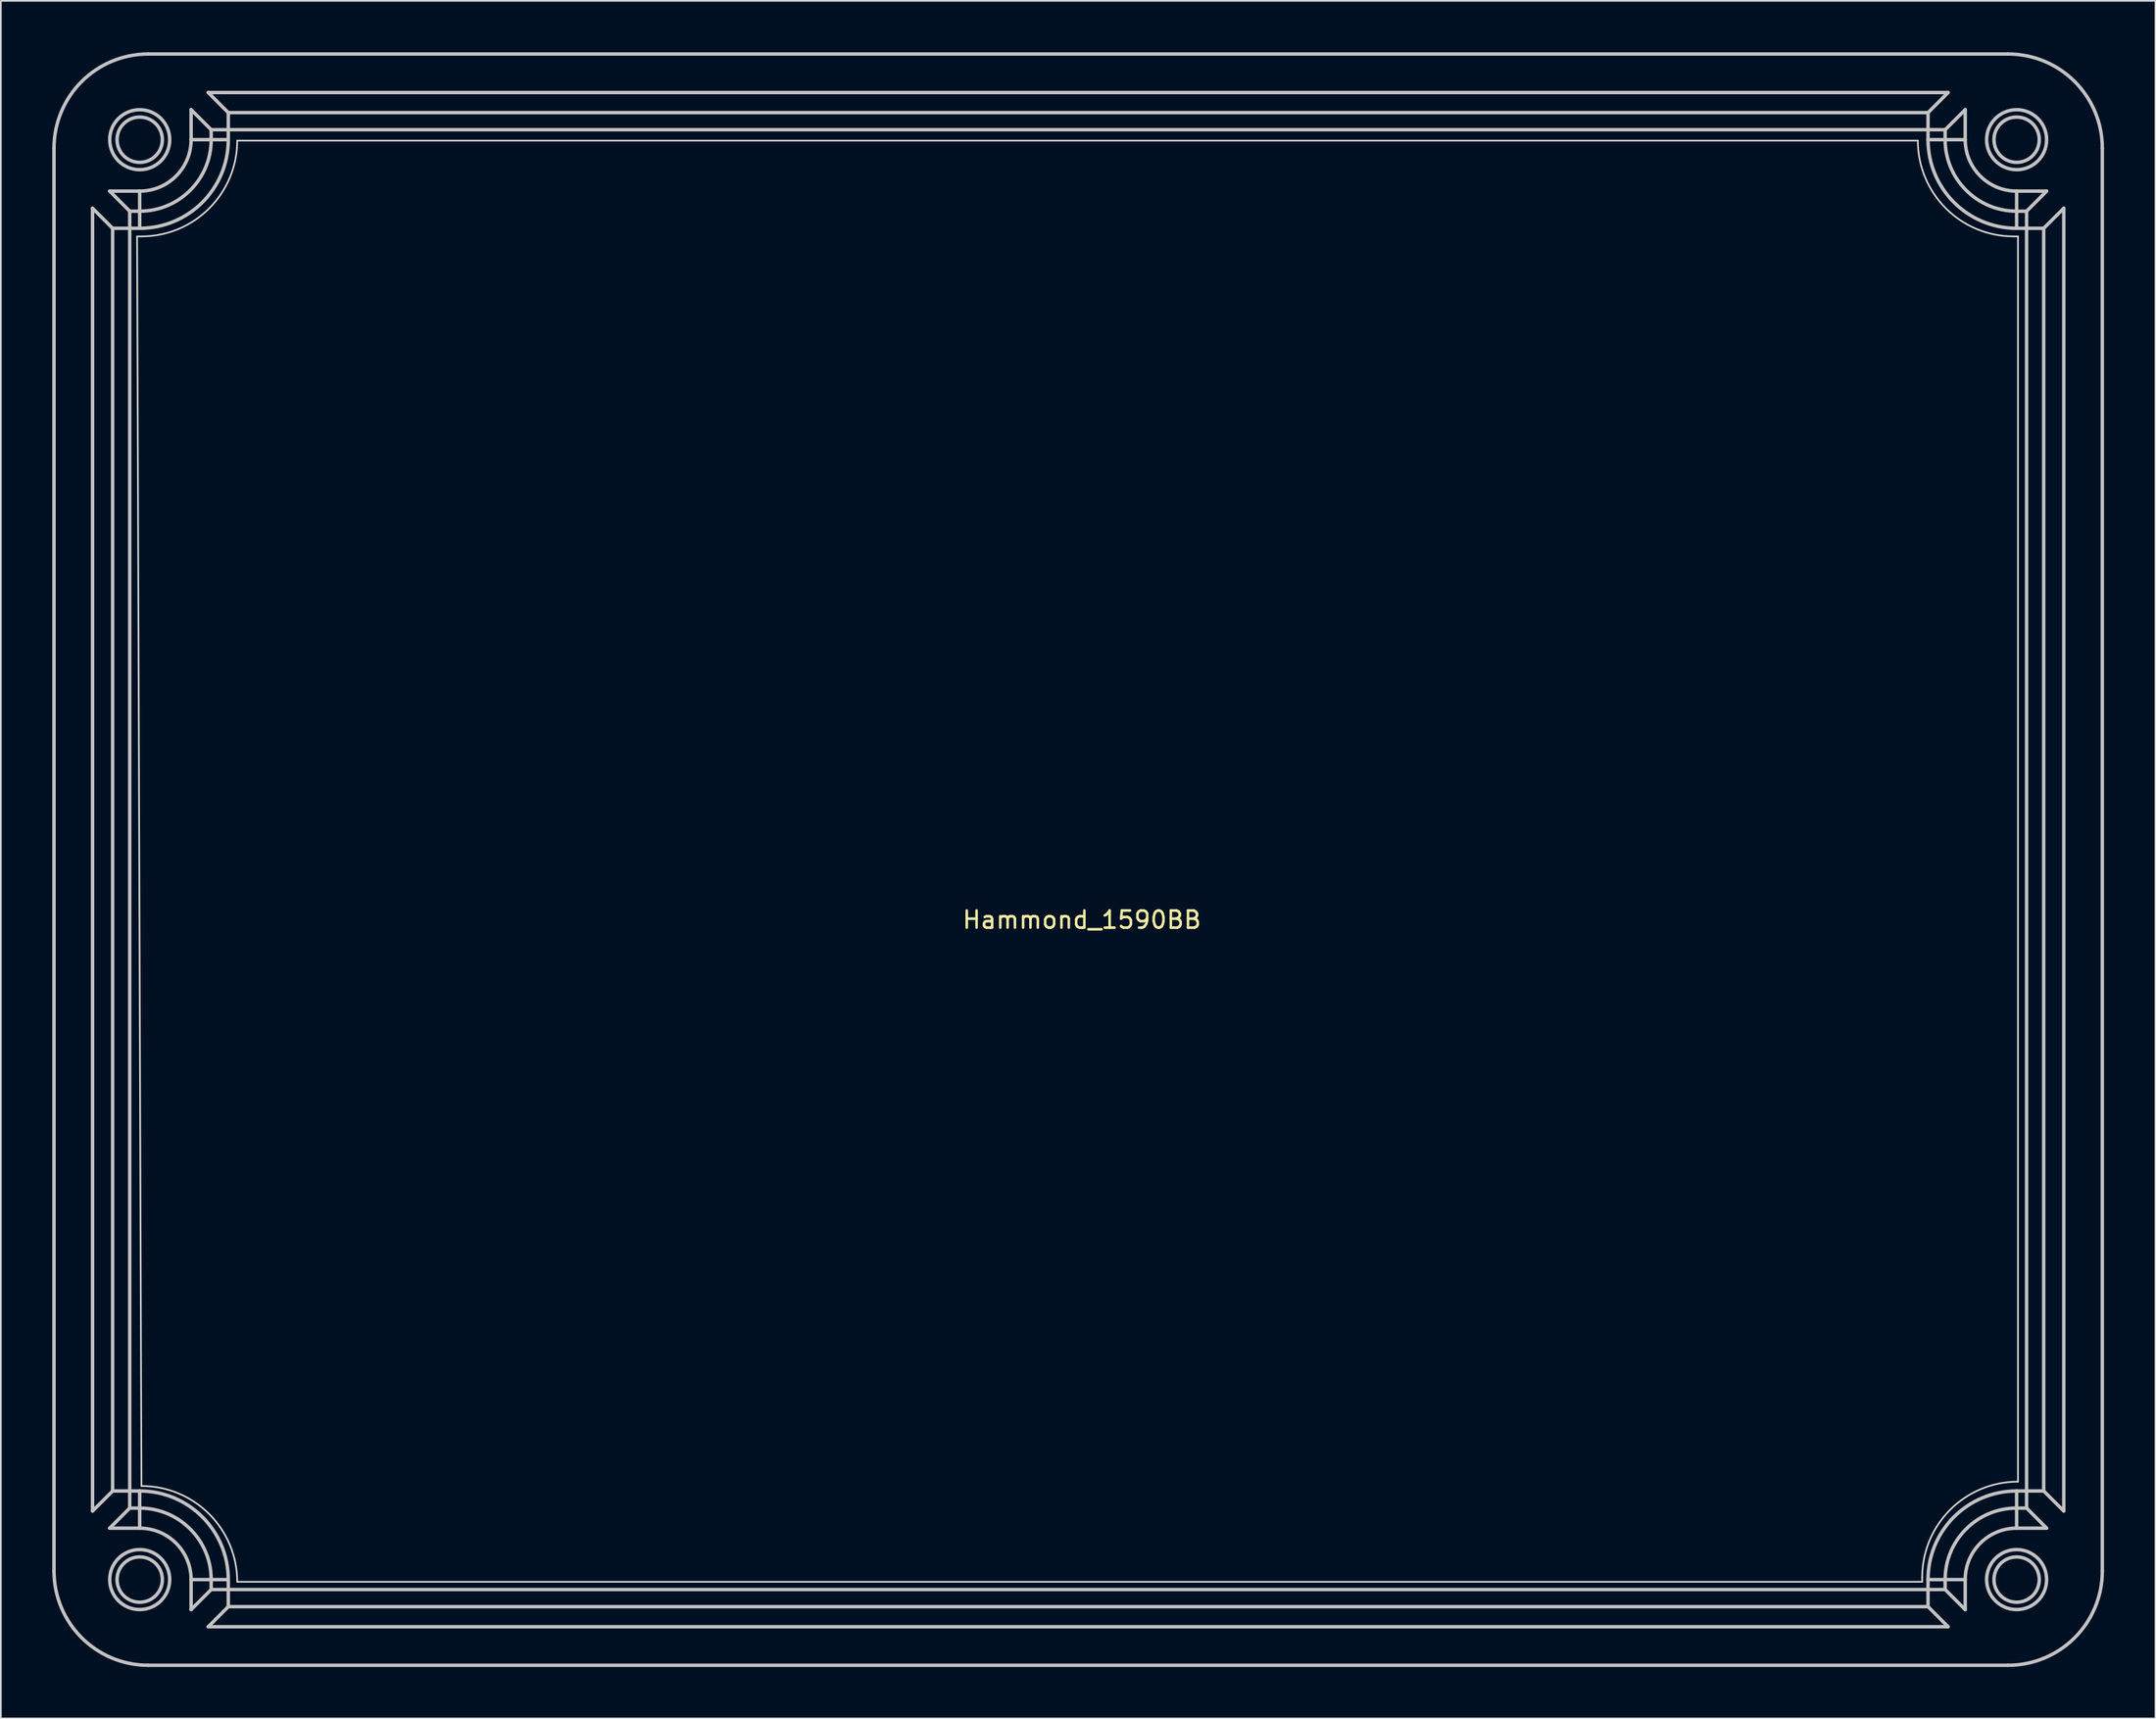
<source format=kicad_pcb>
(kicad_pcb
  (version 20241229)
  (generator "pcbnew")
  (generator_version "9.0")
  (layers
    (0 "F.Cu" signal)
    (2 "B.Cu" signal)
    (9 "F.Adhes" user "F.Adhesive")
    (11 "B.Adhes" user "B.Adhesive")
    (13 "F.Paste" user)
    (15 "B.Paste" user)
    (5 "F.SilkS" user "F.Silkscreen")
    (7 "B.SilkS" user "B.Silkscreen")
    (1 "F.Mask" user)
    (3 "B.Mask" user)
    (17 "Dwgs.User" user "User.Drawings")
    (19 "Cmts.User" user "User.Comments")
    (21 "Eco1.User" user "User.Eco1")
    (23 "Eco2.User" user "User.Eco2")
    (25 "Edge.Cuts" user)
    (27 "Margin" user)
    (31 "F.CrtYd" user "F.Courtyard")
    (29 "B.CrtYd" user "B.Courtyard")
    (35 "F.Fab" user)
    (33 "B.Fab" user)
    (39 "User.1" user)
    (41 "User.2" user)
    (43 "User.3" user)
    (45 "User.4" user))
  (footprint "Hammond_1590BB"
    (layer "F.Cu")
    (at 60.067 50.112)
    (property "Reference" "Hammond_1590BB" (at 0 0.5 0) (layer "F.SilkS") (effects (font (size 1 1) (thickness 0.15))))
    (attr through_hole)
    (fp_line (start -59.967 -44.512) (end -59.967 38.488) (stroke (width 0.2) (type solid)) (layer "Dwgs.User"))
    (fp_line (start -57.717 -41.013) (end -56.547 -39.843) (stroke (width 0.2) (type solid)) (layer "Dwgs.User"))
    (fp_line (start -57.717 34.989) (end -57.717 -41.013) (stroke (width 0.2) (type solid)) (layer "Dwgs.User"))
    (fp_line (start -56.718 -42.012) (end -54.967 -42.012) (stroke (width 0.2) (type solid)) (layer "Dwgs.User"))
    (fp_line (start -56.718 35.988) (end -55.548 34.818) (stroke (width 0.2) (type solid)) (layer "Dwgs.User"))
    (fp_line (start -56.547 -39.843) (end -56.547 33.819) (stroke (width 0.2) (type solid)) (layer "Dwgs.User"))
    (fp_line (start -56.547 -39.843) (end -55.548 -39.843) (stroke (width 0.2) (type solid)) (layer "Dwgs.User"))
    (fp_line (start -56.547 33.819) (end -57.717 34.989) (stroke (width 0.2) (type solid)) (layer "Dwgs.User"))
    (fp_line (start -55.548 -40.842) (end -56.718 -42.012) (stroke (width 0.2) (type solid)) (layer "Dwgs.User"))
    (fp_line (start -55.548 -39.843) (end -55.548 -40.842) (stroke (width 0.2) (type solid)) (layer "Dwgs.User"))
    (fp_line (start -55.548 -39.843) (end -54.967 -39.843) (stroke (width 0.2) (type solid)) (layer "Dwgs.User"))
    (fp_line (start -55.548 33.819) (end -56.547 33.819) (stroke (width 0.2) (type solid)) (layer "Dwgs.User"))
    (fp_line (start -55.548 33.819) (end -55.548 -39.843) (stroke (width 0.2) (type solid)) (layer "Dwgs.User"))
    (fp_line (start -55.548 34.818) (end -55.548 33.819) (stroke (width 0.2) (type solid)) (layer "Dwgs.User"))
    (fp_line (start -55.548 34.818) (end -54.967 34.818) (stroke (width 0.2) (type solid)) (layer "Dwgs.User"))
    (fp_line (start -54.967 -42.012) (end -54.967 -40.842) (stroke (width 0.2) (type solid)) (layer "Dwgs.User"))
    (fp_line (start -54.967 -40.842) (end -55.548 -40.842) (stroke (width 0.2) (type solid)) (layer "Dwgs.User"))
    (fp_line (start -54.967 -40.842) (end -54.967 -39.843) (stroke (width 0.2) (type solid)) (layer "Dwgs.User"))
    (fp_line (start -54.967 33.819) (end -55.548 33.819) (stroke (width 0.2) (type solid)) (layer "Dwgs.User"))
    (fp_line (start -54.967 34.818) (end -54.967 33.819) (stroke (width 0.2) (type solid)) (layer "Dwgs.User"))
    (fp_line (start -54.967 35.988) (end -56.718 35.988) (stroke (width 0.2) (type solid)) (layer "Dwgs.User"))
    (fp_line (start -54.967 35.988) (end -54.967 34.818) (stroke (width 0.2) (type solid)) (layer "Dwgs.User"))
    (fp_line (start -54.467 43.988) (end 54.033 43.988) (stroke (width 0.2) (type solid)) (layer "Dwgs.User"))
    (fp_line (start -51.967 -46.763) (end -50.797 -45.593) (stroke (width 0.2) (type solid)) (layer "Dwgs.User"))
    (fp_line (start -51.967 -45.012) (end -51.967 -46.763) (stroke (width 0.2) (type solid)) (layer "Dwgs.User"))
    (fp_line (start -51.967 -45.012) (end -50.797 -45.012) (stroke (width 0.2) (type solid)) (layer "Dwgs.User"))
    (fp_line (start -51.967 38.988) (end -50.797 38.988) (stroke (width 0.2) (type solid)) (layer "Dwgs.User"))
    (fp_line (start -51.967 40.739) (end -51.967 38.988) (stroke (width 0.2) (type solid)) (layer "Dwgs.User"))
    (fp_line (start -50.968 -47.762) (end 50.534 -47.762) (stroke (width 0.2) (type solid)) (layer "Dwgs.User"))
    (fp_line (start -50.968 41.738) (end -49.798 40.568) (stroke (width 0.2) (type solid)) (layer "Dwgs.User"))
    (fp_line (start -50.797 -45.593) (end -50.797 -45.012) (stroke (width 0.2) (type solid)) (layer "Dwgs.User"))
    (fp_line (start -50.797 -45.593) (end -49.798 -45.593) (stroke (width 0.2) (type solid)) (layer "Dwgs.User"))
    (fp_line (start -50.797 -45.012) (end -49.798 -45.012) (stroke (width 0.2) (type solid)) (layer "Dwgs.User"))
    (fp_line (start -50.797 38.988) (end -50.797 39.569) (stroke (width 0.2) (type solid)) (layer "Dwgs.User"))
    (fp_line (start -50.797 38.988) (end -49.798 38.988) (stroke (width 0.2) (type solid)) (layer "Dwgs.User"))
    (fp_line (start -50.797 39.569) (end -51.967 40.739) (stroke (width 0.2) (type solid)) (layer "Dwgs.User"))
    (fp_line (start -49.798 -46.592) (end -50.968 -47.762) (stroke (width 0.2) (type solid)) (layer "Dwgs.User"))
    (fp_line (start -49.798 -45.593) (end -49.798 -46.592) (stroke (width 0.2) (type solid)) (layer "Dwgs.User"))
    (fp_line (start -49.798 -45.593) (end 49.364 -45.593) (stroke (width 0.2) (type solid)) (layer "Dwgs.User"))
    (fp_line (start -49.798 -45.012) (end -49.798 -45.593) (stroke (width 0.2) (type solid)) (layer "Dwgs.User"))
    (fp_line (start -49.798 39.569) (end -50.797 39.569) (stroke (width 0.2) (type solid)) (layer "Dwgs.User"))
    (fp_line (start -49.798 39.569) (end -49.798 38.988) (stroke (width 0.2) (type solid)) (layer "Dwgs.User"))
    (fp_line (start -49.798 40.568) (end -49.798 39.569) (stroke (width 0.2) (type solid)) (layer "Dwgs.User"))
    (fp_line (start -49.798 40.568) (end 49.364 40.568) (stroke (width 0.2) (type solid)) (layer "Dwgs.User"))
    (fp_line (start 49.364 -46.592) (end -49.798 -46.592) (stroke (width 0.2) (type solid)) (layer "Dwgs.User"))
    (fp_line (start 49.364 -46.592) (end 49.364 -45.593) (stroke (width 0.2) (type solid)) (layer "Dwgs.User"))
    (fp_line (start 49.364 -45.593) (end 49.364 -45.012) (stroke (width 0.2) (type solid)) (layer "Dwgs.User"))
    (fp_line (start 49.364 -45.593) (end 50.363 -45.593) (stroke (width 0.2) (type solid)) (layer "Dwgs.User"))
    (fp_line (start 49.364 -45.012) (end 50.363 -45.012) (stroke (width 0.2) (type solid)) (layer "Dwgs.User"))
    (fp_line (start 49.364 38.988) (end 49.364 39.569) (stroke (width 0.2) (type solid)) (layer "Dwgs.User"))
    (fp_line (start 49.364 38.988) (end 50.363 38.988) (stroke (width 0.2) (type solid)) (layer "Dwgs.User"))
    (fp_line (start 49.364 39.569) (end -49.798 39.569) (stroke (width 0.2) (type solid)) (layer "Dwgs.User"))
    (fp_line (start 49.364 39.569) (end 49.364 40.568) (stroke (width 0.2) (type solid)) (layer "Dwgs.User"))
    (fp_line (start 49.364 40.568) (end 50.534 41.738) (stroke (width 0.2) (type solid)) (layer "Dwgs.User"))
    (fp_line (start 50.363 -45.593) (end 51.533 -46.763) (stroke (width 0.2) (type solid)) (layer "Dwgs.User"))
    (fp_line (start 50.363 -45.012) (end 50.363 -45.593) (stroke (width 0.2) (type solid)) (layer "Dwgs.User"))
    (fp_line (start 50.363 39.569) (end 49.364 39.569) (stroke (width 0.2) (type solid)) (layer "Dwgs.User"))
    (fp_line (start 50.363 39.569) (end 50.363 38.988) (stroke (width 0.2) (type solid)) (layer "Dwgs.User"))
    (fp_line (start 50.534 -47.762) (end 49.364 -46.592) (stroke (width 0.2) (type solid)) (layer "Dwgs.User"))
    (fp_line (start 50.534 41.738) (end -50.968 41.738) (stroke (width 0.2) (type solid)) (layer "Dwgs.User"))
    (fp_line (start 51.533 -46.763) (end 51.533 -45.012) (stroke (width 0.2) (type solid)) (layer "Dwgs.User"))
    (fp_line (start 51.533 -45.012) (end 50.363 -45.012) (stroke (width 0.2) (type solid)) (layer "Dwgs.User"))
    (fp_line (start 51.533 38.988) (end 50.363 38.988) (stroke (width 0.2) (type solid)) (layer "Dwgs.User"))
    (fp_line (start 51.533 38.988) (end 51.533 40.739) (stroke (width 0.2) (type solid)) (layer "Dwgs.User"))
    (fp_line (start 51.533 40.739) (end 50.363 39.569) (stroke (width 0.2) (type solid)) (layer "Dwgs.User"))
    (fp_line (start 54.033 -50.012) (end -54.467 -50.012) (stroke (width 0.2) (type solid)) (layer "Dwgs.User"))
    (fp_line (start 54.533 -42.012) (end 54.533 -40.842) (stroke (width 0.2) (type solid)) (layer "Dwgs.User"))
    (fp_line (start 54.533 -42.012) (end 56.284 -42.012) (stroke (width 0.2) (type solid)) (layer "Dwgs.User"))
    (fp_line (start 54.533 -39.843) (end 54.533 -40.842) (stroke (width 0.2) (type solid)) (layer "Dwgs.User"))
    (fp_line (start 54.533 -39.843) (end 55.114 -39.843) (stroke (width 0.2) (type solid)) (layer "Dwgs.User"))
    (fp_line (start 54.533 33.819) (end 54.533 34.818) (stroke (width 0.2) (type solid)) (layer "Dwgs.User"))
    (fp_line (start 54.533 34.818) (end 55.114 34.818) (stroke (width 0.2) (type solid)) (layer "Dwgs.User"))
    (fp_line (start 54.533 35.988) (end 54.533 34.818) (stroke (width 0.2) (type solid)) (layer "Dwgs.User"))
    (fp_line (start 55.114 -40.842) (end 54.533 -40.842) (stroke (width 0.2) (type solid)) (layer "Dwgs.User"))
    (fp_line (start 55.114 -40.842) (end 55.114 -39.843) (stroke (width 0.2) (type solid)) (layer "Dwgs.User"))
    (fp_line (start 55.114 -39.843) (end 55.114 33.819) (stroke (width 0.2) (type solid)) (layer "Dwgs.User"))
    (fp_line (start 55.114 -39.843) (end 56.113 -39.843) (stroke (width 0.2) (type solid)) (layer "Dwgs.User"))
    (fp_line (start 55.114 33.819) (end 54.533 33.819) (stroke (width 0.2) (type solid)) (layer "Dwgs.User"))
    (fp_line (start 55.114 33.819) (end 55.114 34.818) (stroke (width 0.2) (type solid)) (layer "Dwgs.User"))
    (fp_line (start 55.114 34.818) (end 56.284 35.988) (stroke (width 0.2) (type solid)) (layer "Dwgs.User"))
    (fp_line (start 56.113 -39.843) (end 57.283 -41.013) (stroke (width 0.2) (type solid)) (layer "Dwgs.User"))
    (fp_line (start 56.113 33.819) (end 55.114 33.819) (stroke (width 0.2) (type solid)) (layer "Dwgs.User"))
    (fp_line (start 56.113 33.819) (end 56.113 -39.843) (stroke (width 0.2) (type solid)) (layer "Dwgs.User"))
    (fp_line (start 56.284 -42.012) (end 55.114 -40.842) (stroke (width 0.2) (type solid)) (layer "Dwgs.User"))
    (fp_line (start 56.284 35.988) (end 54.533 35.988) (stroke (width 0.2) (type solid)) (layer "Dwgs.User"))
    (fp_line (start 57.283 -41.013) (end 57.283 34.989) (stroke (width 0.2) (type solid)) (layer "Dwgs.User"))
    (fp_line (start 57.283 34.989) (end 56.113 33.819) (stroke (width 0.2) (type solid)) (layer "Dwgs.User"))
    (fp_line (start 59.533 38.488) (end 59.533 -44.512) (stroke (width 0.2) (type solid)) (layer "Dwgs.User"))
    (fp_arc (start -59.967113 -44.512269) (mid -58.3562 -48.401356) (end -54.467113 -50.012269) (stroke (width 0.2) (type solid)) (layer "Dwgs.User"))
    (fp_arc (start -54.967113 33.818848) (mid -51.312161 35.332779) (end -49.79823 38.987731) (stroke (width 0.2) (type solid)) (layer "Dwgs.User"))
    (fp_arc (start -54.967113 34.817896) (mid -52.018594 36.039212) (end -50.797278 38.987731) (stroke (width 0.2) (type solid)) (layer "Dwgs.User"))
    (fp_arc (start -54.967113 35.987731) (mid -52.845793 36.866411) (end -51.967113 38.987731) (stroke (width 0.2) (type solid)) (layer "Dwgs.User"))
    (fp_arc (start -54.467113 43.987731) (mid -58.3562 42.376818) (end -59.967113 38.487731) (stroke (width 0.2) (type solid)) (layer "Dwgs.User"))
    (fp_arc (start -51.967113 -45.012269) (mid -52.845793 -42.890949) (end -54.967113 -42.012269) (stroke (width 0.2) (type solid)) (layer "Dwgs.User"))
    (fp_arc (start -50.797279 -45.012269) (mid -52.018595 -42.063751) (end -54.967113 -40.842435) (stroke (width 0.2) (type solid)) (layer "Dwgs.User"))
    (fp_arc (start -49.79823 -45.012269) (mid -51.312161 -41.357317) (end -54.967113 -39.843386) (stroke (width 0.2) (type solid)) (layer "Dwgs.User"))
    (fp_arc (start 49.364004 38.987731) (mid 50.877935 35.332779) (end 54.532887 33.818848) (stroke (width 0.2) (type solid)) (layer "Dwgs.User"))
    (fp_arc (start 50.363052 38.987731) (mid 51.584368 36.039212) (end 54.532887 34.817896) (stroke (width 0.2) (type solid)) (layer "Dwgs.User"))
    (fp_arc (start 51.532887 38.987731) (mid 52.411567 36.866411) (end 54.532887 35.987731) (stroke (width 0.2) (type solid)) (layer "Dwgs.User"))
    (fp_arc (start 54.032887 -50.012269) (mid 57.921974 -48.401356) (end 59.532887 -44.512269) (stroke (width 0.2) (type solid)) (layer "Dwgs.User"))
    (fp_arc (start 54.532887 -42.012269) (mid 52.411567 -42.890949) (end 51.532887 -45.012269) (stroke (width 0.2) (type solid)) (layer "Dwgs.User"))
    (fp_arc (start 54.532887 -40.842435) (mid 51.584369 -42.063751) (end 50.363053 -45.012269) (stroke (width 0.2) (type solid)) (layer "Dwgs.User"))
    (fp_arc (start 54.532887 -39.843386) (mid 50.877935 -41.357317) (end 49.364004 -45.012269) (stroke (width 0.2) (type solid)) (layer "Dwgs.User"))
    (fp_arc (start 59.532887 38.487731) (mid 57.921974 42.376818) (end 54.032887 43.987731) (stroke (width 0.2) (type solid)) (layer "Dwgs.User"))
    (fp_circle (center -54.967 -45.012) (end -53.646 -45.012) (stroke (width 0.2) (type solid)) (fill no) (layer "Dwgs.User"))
    (fp_circle (center -54.967 -45.012) (end -53.217 -45.012) (stroke (width 0.2) (type solid)) (fill no) (layer "Dwgs.User"))
    (fp_circle (center -54.967 38.988) (end -53.646 38.988) (stroke (width 0.2) (type solid)) (fill no) (layer "Dwgs.User"))
    (fp_circle (center -54.967 38.988) (end -53.217 38.988) (stroke (width 0.2) (type solid)) (fill no) (layer "Dwgs.User"))
    (fp_circle (center 54.533 -45.012) (end 55.854 -45.012) (stroke (width 0.2) (type solid)) (fill no) (layer "Dwgs.User"))
    (fp_circle (center 54.533 -45.012) (end 56.283 -45.012) (stroke (width 0.2) (type solid)) (fill no) (layer "Dwgs.User"))
    (fp_circle (center 54.533 38.988) (end 55.854 38.988) (stroke (width 0.2) (type solid)) (fill no) (layer "Dwgs.User"))
    (fp_circle (center 54.533 38.988) (end 56.283 38.988) (stroke (width 0.2) (type solid)) (fill no) (layer "Dwgs.User"))
    (fp_line (start -55.118 -39.37) (end -54.864 33.528) (stroke (width 0.1) (type solid)) (layer "Edge.Cuts"))
    (fp_line (start -54.864 -39.37) (end -55.118 -39.37) (stroke (width 0.1) (type solid)) (layer "Edge.Cuts"))
    (fp_line (start -49.276 39.116) (end 48.768 39.116) (stroke (width 0.1) (type solid)) (layer "Edge.Cuts"))
    (fp_line (start 48.768 -44.958) (end -49.276 -44.958) (stroke (width 0.1) (type solid)) (layer "Edge.Cuts"))
    (fp_line (start 48.768 39.116) (end 49.022 39.116) (stroke (width 0.1) (type solid)) (layer "Edge.Cuts"))
    (fp_line (start 49.022 39.116) (end 49.022 38.862) (stroke (width 0.1) (type solid)) (layer "Edge.Cuts"))
    (fp_line (start 54.61 -39.37) (end 54.356 -39.37) (stroke (width 0.1) (type solid)) (layer "Edge.Cuts"))
    (fp_line (start 54.61 33.274) (end 54.61 -39.37) (stroke (width 0.1) (type solid)) (layer "Edge.Cuts"))
    (fp_arc (start -54.864 33.528) (mid -50.912687 35.164687) (end -49.276 39.116) (stroke (width 0.1) (type solid)) (layer "Edge.Cuts"))
    (fp_arc (start -49.276 -44.958) (mid -50.912687 -41.006687) (end -54.864 -39.37) (stroke (width 0.1) (type solid)) (layer "Edge.Cuts"))
    (fp_arc (start 49.022 38.862) (mid 50.658687 34.910687) (end 54.61 33.274) (stroke (width 0.1) (type solid)) (layer "Edge.Cuts"))
    (fp_arc (start 54.356 -39.37) (mid 50.404687 -41.006687) (end 48.768 -44.958) (stroke (width 0.1) (type solid)) (layer "Edge.Cuts")))
  (gr_rect
    (start -3 -3)
    (end 122.7 97.2)
    (stroke (width 0.1) (type default))
    (fill no)
    (layer "Edge.Cuts")))
</source>
